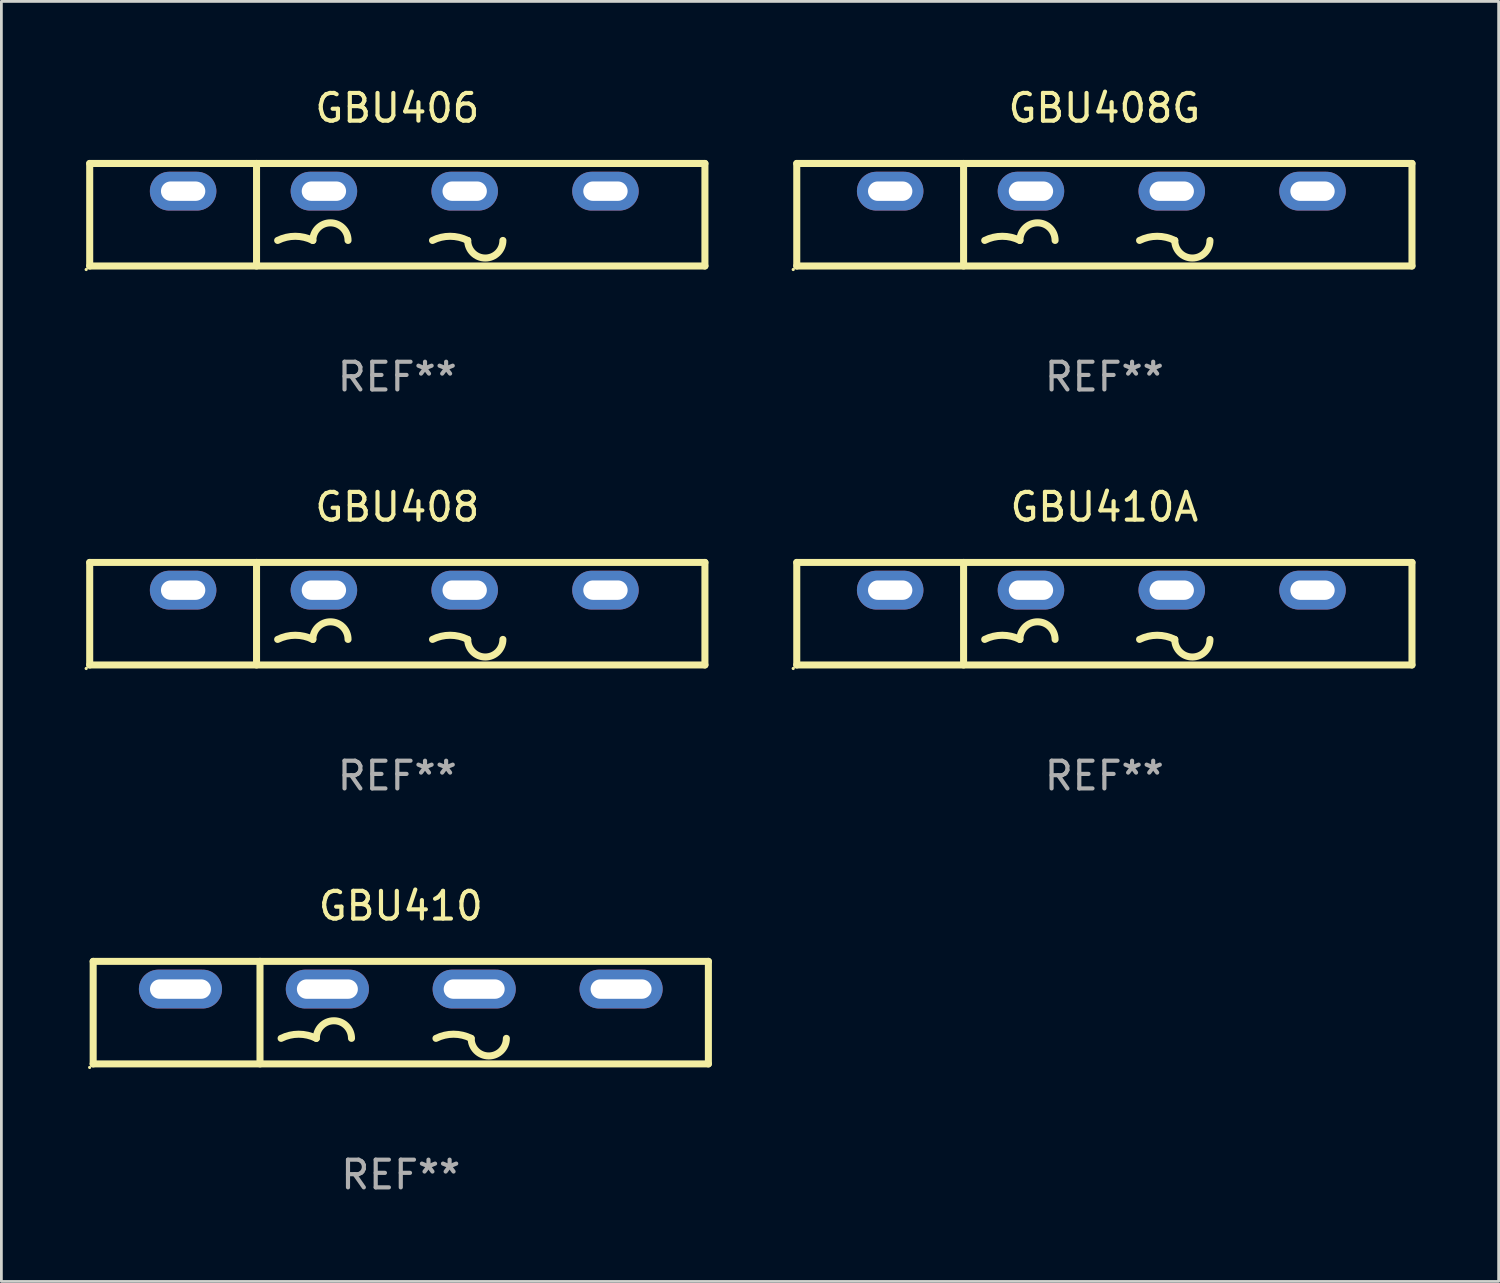
<source format=kicad_pcb>
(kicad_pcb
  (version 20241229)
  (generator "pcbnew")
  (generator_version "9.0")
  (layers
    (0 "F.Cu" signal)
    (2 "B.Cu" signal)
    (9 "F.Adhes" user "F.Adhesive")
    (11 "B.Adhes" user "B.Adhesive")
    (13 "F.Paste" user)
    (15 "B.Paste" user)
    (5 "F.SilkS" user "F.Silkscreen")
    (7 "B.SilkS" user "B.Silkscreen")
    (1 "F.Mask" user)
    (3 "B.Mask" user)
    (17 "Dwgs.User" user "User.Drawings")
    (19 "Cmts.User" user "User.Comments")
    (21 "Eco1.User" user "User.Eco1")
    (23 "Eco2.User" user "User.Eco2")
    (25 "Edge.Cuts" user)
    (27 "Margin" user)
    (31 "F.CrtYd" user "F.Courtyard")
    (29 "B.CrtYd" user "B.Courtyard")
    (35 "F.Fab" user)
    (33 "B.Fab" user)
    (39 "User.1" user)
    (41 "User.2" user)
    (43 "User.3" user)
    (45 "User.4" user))
  (footprint "GBU408"
    (layer "F.Cu")
    (at 11.287 19.095)
    (property "Reference" "GBU408" (at 0 -3.85 0) (layer "F.SilkS") (effects (font (size 1 1) (thickness 0.15))))
    (attr through_hole)
    (fp_line (start -11.1 -1.85) (end 11.1 -1.85) (stroke (width 0.254) (type solid)) (layer "F.SilkS"))
    (fp_line (start -11.1 1.85) (end -11.1 -1.85) (stroke (width 0.254) (type solid)) (layer "F.SilkS"))
    (fp_line (start -5.08 -1.85) (end -5.08 1.85) (stroke (width 0.254) (type solid)) (layer "F.SilkS"))
    (fp_line (start 11.1 -1.85) (end 11.1 1.85) (stroke (width 0.254) (type solid)) (layer "F.SilkS"))
    (fp_line (start 11.1 1.85) (end -11.1 1.85) (stroke (width 0.254) (type solid)) (layer "F.SilkS"))
    (fp_arc (start -4.318009 0.927991) (mid -3.683008 0.778087) (end -3.048007 0.92799) (stroke (width 0.254001) (type solid)) (layer "F.SilkS"))
    (fp_arc (start -3.048006 0.927991) (mid -2.413005 0.29299) (end -1.778004 0.927991) (stroke (width 0.254001) (type solid)) (layer "F.SilkS"))
    (fp_arc (start 1.270003 0.927991) (mid 1.905004 0.778088) (end 2.540005 0.927991) (stroke (width 0.254001) (type solid)) (layer "F.SilkS"))
    (fp_arc (start 3.810008 0.927991) (mid 3.175006 1.562993) (end 2.540004 0.927991) (stroke (width 0.254001) (type solid)) (layer "F.SilkS"))
    (fp_circle (center -11.227 1.977) (end -11.197 1.977) (stroke (width 0.06) (type solid)) (fill no) (layer "F.SilkS"))
    (fp_text user "+" (at -8.549 0.85 0) (layer "B.Mask") (effects (font (size 1 1) (thickness 0.15))))
    (fp_text user "-" (at 6.751 0.85 0) (layer "B.Mask") (effects (font (size 1 1) (thickness 0.15))))
    (fp_text user "REF**" (at 0 5.85 0) (layer "F.Fab") (effects (font (size 1 1) (thickness 0.15))))
    (pad "1" thru_hole oval (at -7.729 -0.85 180) (size 2.4 1.4) (drill oval 1.6 0.7) (layers "*.Cu" "*.Mask"))
    (pad "2" thru_hole oval (at -2.649 -0.85 180) (size 2.4 1.4) (drill oval 1.6 0.7) (layers "*.Cu" "*.Mask"))
    (pad "3" thru_hole oval (at 2.431 -0.85 180) (size 2.4 1.4) (drill oval 1.6 0.7) (layers "*.Cu" "*.Mask"))
    (pad "4" thru_hole oval (at 7.511 -0.85 180) (size 2.4 1.4) (drill oval 1.6 0.7) (layers "*.Cu" "*.Mask")))
  (footprint "GBU410A"
    (layer "F.Cu")
    (at 36.801 19.095)
    (property "Reference" "GBU410A" (at 0 -3.85 0) (layer "F.SilkS") (effects (font (size 1 1) (thickness 0.15))))
    (attr through_hole)
    (fp_line (start -11.1 -1.85) (end 11.1 -1.85) (stroke (width 0.254) (type solid)) (layer "F.SilkS"))
    (fp_line (start -11.1 1.85) (end -11.1 -1.85) (stroke (width 0.254) (type solid)) (layer "F.SilkS"))
    (fp_line (start -5.08 -1.85) (end -5.08 1.85) (stroke (width 0.254) (type solid)) (layer "F.SilkS"))
    (fp_line (start 11.1 -1.85) (end 11.1 1.85) (stroke (width 0.254) (type solid)) (layer "F.SilkS"))
    (fp_line (start 11.1 1.85) (end -11.1 1.85) (stroke (width 0.254) (type solid)) (layer "F.SilkS"))
    (fp_arc (start -4.318009 0.927991) (mid -3.683008 0.778087) (end -3.048007 0.92799) (stroke (width 0.254001) (type solid)) (layer "F.SilkS"))
    (fp_arc (start -3.048006 0.927991) (mid -2.413005 0.29299) (end -1.778004 0.927991) (stroke (width 0.254001) (type solid)) (layer "F.SilkS"))
    (fp_arc (start 1.270003 0.927991) (mid 1.905004 0.778088) (end 2.540005 0.927991) (stroke (width 0.254001) (type solid)) (layer "F.SilkS"))
    (fp_arc (start 3.810008 0.927991) (mid 3.175006 1.562993) (end 2.540004 0.927991) (stroke (width 0.254001) (type solid)) (layer "F.SilkS"))
    (fp_circle (center -11.227 1.977) (end -11.197 1.977) (stroke (width 0.06) (type solid)) (fill no) (layer "F.SilkS"))
    (fp_text user "+" (at -8.549 0.85 0) (layer "B.Mask") (effects (font (size 1 1) (thickness 0.15))))
    (fp_text user "-" (at 6.751 0.85 0) (layer "B.Mask") (effects (font (size 1 1) (thickness 0.15))))
    (fp_text user "REF**" (at 0 5.85 0) (layer "F.Fab") (effects (font (size 1 1) (thickness 0.15))))
    (pad "1" thru_hole oval (at -7.729 -0.85 180) (size 2.4 1.4) (drill oval 1.6 0.7) (layers "*.Cu" "*.Mask"))
    (pad "2" thru_hole oval (at -2.649 -0.85 180) (size 2.4 1.4) (drill oval 1.6 0.7) (layers "*.Cu" "*.Mask"))
    (pad "3" thru_hole oval (at 2.431 -0.85 180) (size 2.4 1.4) (drill oval 1.6 0.7) (layers "*.Cu" "*.Mask"))
    (pad "4" thru_hole oval (at 7.511 -0.85 180) (size 2.4 1.4) (drill oval 1.6 0.7) (layers "*.Cu" "*.Mask")))
  (footprint "GBU410"
    (layer "F.Cu")
    (at 11.412 33.491)
    (property "Reference" "GBU410" (at 0 -3.85 0) (layer "F.SilkS") (effects (font (size 1 1) (thickness 0.15))))
    (attr through_hole)
    (fp_line (start -11.1 -1.85) (end 11.1 -1.85) (stroke (width 0.254) (type solid)) (layer "F.SilkS"))
    (fp_line (start -11.1 1.85) (end -11.1 -1.85) (stroke (width 0.254) (type solid)) (layer "F.SilkS"))
    (fp_line (start -5.08 -1.85) (end -5.08 1.85) (stroke (width 0.254) (type solid)) (layer "F.SilkS"))
    (fp_line (start 11.1 -1.85) (end 11.1 1.85) (stroke (width 0.254) (type solid)) (layer "F.SilkS"))
    (fp_line (start 11.1 1.85) (end -11.1 1.85) (stroke (width 0.254) (type solid)) (layer "F.SilkS"))
    (fp_arc (start -4.318009 0.927991) (mid -3.683008 0.778087) (end -3.048007 0.92799) (stroke (width 0.254001) (type solid)) (layer "F.SilkS"))
    (fp_arc (start -3.048006 0.927991) (mid -2.413005 0.29299) (end -1.778004 0.927991) (stroke (width 0.254001) (type solid)) (layer "F.SilkS"))
    (fp_arc (start 1.270003 0.927991) (mid 1.905004 0.778088) (end 2.540005 0.927991) (stroke (width 0.254001) (type solid)) (layer "F.SilkS"))
    (fp_arc (start 3.810008 0.927991) (mid 3.175006 1.562993) (end 2.540004 0.927991) (stroke (width 0.254001) (type solid)) (layer "F.SilkS"))
    (fp_circle (center -11.227 1.977) (end -11.197 1.977) (stroke (width 0.06) (type solid)) (fill no) (layer "F.SilkS"))
    (fp_text user "+" (at -10.668 0.489 0) (layer "B.Mask") (effects (font (size 1 1) (thickness 0.15))))
    (fp_text user "-" (at 7.112 0.928 0) (layer "B.Mask") (effects (font (size 1 1) (thickness 0.15))))
    (fp_text user "REF**" (at 0 5.85 0) (layer "F.Fab") (effects (font (size 1 1) (thickness 0.15))))
    (pad "1" thru_hole oval (at -7.95 -0.85 180) (size 3 1.4) (drill oval 2.2 0.7) (layers "*.Cu" "*.Mask"))
    (pad "2" thru_hole oval (at -2.649 -0.85 180) (size 3 1.4) (drill oval 2.2 0.7) (layers "*.Cu" "*.Mask"))
    (pad "3" thru_hole oval (at 2.649 -0.85 180) (size 3 1.4) (drill oval 2.2 0.7) (layers "*.Cu" "*.Mask"))
    (pad "4" thru_hole oval (at 7.95 -0.85 180) (size 3 1.4) (drill oval 2.2 0.7) (layers "*.Cu" "*.Mask")))
  (footprint "GBU408G"
    (layer "F.Cu")
    (at 36.801 4.698)
    (property "Reference" "GBU408G" (at 0 -3.85 0) (layer "F.SilkS") (effects (font (size 1 1) (thickness 0.15))))
    (attr through_hole)
    (fp_line (start -11.1 -1.85) (end 11.1 -1.85) (stroke (width 0.254) (type solid)) (layer "F.SilkS"))
    (fp_line (start -11.1 1.85) (end -11.1 -1.85) (stroke (width 0.254) (type solid)) (layer "F.SilkS"))
    (fp_line (start -5.08 -1.85) (end -5.08 1.85) (stroke (width 0.254) (type solid)) (layer "F.SilkS"))
    (fp_line (start 11.1 -1.85) (end 11.1 1.85) (stroke (width 0.254) (type solid)) (layer "F.SilkS"))
    (fp_line (start 11.1 1.85) (end -11.1 1.85) (stroke (width 0.254) (type solid)) (layer "F.SilkS"))
    (fp_arc (start -4.318009 0.927991) (mid -3.683008 0.778087) (end -3.048007 0.92799) (stroke (width 0.254001) (type solid)) (layer "F.SilkS"))
    (fp_arc (start -3.048006 0.927991) (mid -2.413005 0.29299) (end -1.778004 0.927991) (stroke (width 0.254001) (type solid)) (layer "F.SilkS"))
    (fp_arc (start 1.270003 0.927991) (mid 1.905004 0.778088) (end 2.540005 0.927991) (stroke (width 0.254001) (type solid)) (layer "F.SilkS"))
    (fp_arc (start 3.810008 0.927991) (mid 3.175006 1.562993) (end 2.540004 0.927991) (stroke (width 0.254001) (type solid)) (layer "F.SilkS"))
    (fp_circle (center -11.227 1.977) (end -11.197 1.977) (stroke (width 0.06) (type solid)) (fill no) (layer "F.SilkS"))
    (fp_text user "+" (at -8.549 0.85 0) (layer "B.Mask") (effects (font (size 1 1) (thickness 0.15))))
    (fp_text user "-" (at 6.751 0.85 0) (layer "B.Mask") (effects (font (size 1 1) (thickness 0.15))))
    (fp_text user "REF**" (at 0 5.85 0) (layer "F.Fab") (effects (font (size 1 1) (thickness 0.15))))
    (pad "1" thru_hole oval (at -7.729 -0.85 180) (size 2.4 1.4) (drill oval 1.6 0.7) (layers "*.Cu" "*.Mask"))
    (pad "2" thru_hole oval (at -2.649 -0.85 180) (size 2.4 1.4) (drill oval 1.6 0.7) (layers "*.Cu" "*.Mask"))
    (pad "3" thru_hole oval (at 2.431 -0.85 180) (size 2.4 1.4) (drill oval 1.6 0.7) (layers "*.Cu" "*.Mask"))
    (pad "4" thru_hole oval (at 7.511 -0.85 180) (size 2.4 1.4) (drill oval 1.6 0.7) (layers "*.Cu" "*.Mask")))
  (footprint "GBU406"
    (layer "F.Cu")
    (at 11.287 4.698)
    (property "Reference" "GBU406" (at 0 -3.85 0) (layer "F.SilkS") (effects (font (size 1 1) (thickness 0.15))))
    (attr through_hole)
    (fp_line (start -11.1 -1.85) (end 11.1 -1.85) (stroke (width 0.254) (type solid)) (layer "F.SilkS"))
    (fp_line (start -11.1 1.85) (end -11.1 -1.85) (stroke (width 0.254) (type solid)) (layer "F.SilkS"))
    (fp_line (start -5.08 -1.85) (end -5.08 1.85) (stroke (width 0.254) (type solid)) (layer "F.SilkS"))
    (fp_line (start 11.1 -1.85) (end 11.1 1.85) (stroke (width 0.254) (type solid)) (layer "F.SilkS"))
    (fp_line (start 11.1 1.85) (end -11.1 1.85) (stroke (width 0.254) (type solid)) (layer "F.SilkS"))
    (fp_arc (start -4.318009 0.927991) (mid -3.683008 0.778087) (end -3.048007 0.92799) (stroke (width 0.254001) (type solid)) (layer "F.SilkS"))
    (fp_arc (start -3.048006 0.927991) (mid -2.413005 0.29299) (end -1.778004 0.927991) (stroke (width 0.254001) (type solid)) (layer "F.SilkS"))
    (fp_arc (start 1.270003 0.927991) (mid 1.905004 0.778088) (end 2.540005 0.927991) (stroke (width 0.254001) (type solid)) (layer "F.SilkS"))
    (fp_arc (start 3.810008 0.927991) (mid 3.175006 1.562993) (end 2.540004 0.927991) (stroke (width 0.254001) (type solid)) (layer "F.SilkS"))
    (fp_circle (center -11.227 1.977) (end -11.197 1.977) (stroke (width 0.06) (type solid)) (fill no) (layer "F.SilkS"))
    (fp_text user "-" (at 6.751 0.85 0) (layer "B.Mask") (effects (font (size 1 1) (thickness 0.15))))
    (fp_text user "+" (at -8.549 0.85 0) (layer "B.Mask") (effects (font (size 1 1) (thickness 0.15))))
    (fp_text user "REF**" (at 0 5.85 0) (layer "F.Fab") (effects (font (size 1 1) (thickness 0.15))))
    (pad "1" thru_hole oval (at -7.729 -0.85 180) (size 2.4 1.4) (drill oval 1.6 0.7) (layers "*.Cu" "*.Mask"))
    (pad "2" thru_hole oval (at -2.649 -0.85 180) (size 2.4 1.4) (drill oval 1.6 0.7) (layers "*.Cu" "*.Mask"))
    (pad "3" thru_hole oval (at 2.431 -0.85 180) (size 2.4 1.4) (drill oval 1.6 0.7) (layers "*.Cu" "*.Mask"))
    (pad "4" thru_hole oval (at 7.511 -0.85 180) (size 2.4 1.4) (drill oval 1.6 0.7) (layers "*.Cu" "*.Mask")))
  (gr_rect
    (start -3 -3)
    (end 51.028 43.19)
    (stroke (width 0.1) (type default))
    (fill no)
    (layer "Edge.Cuts")))
</source>
